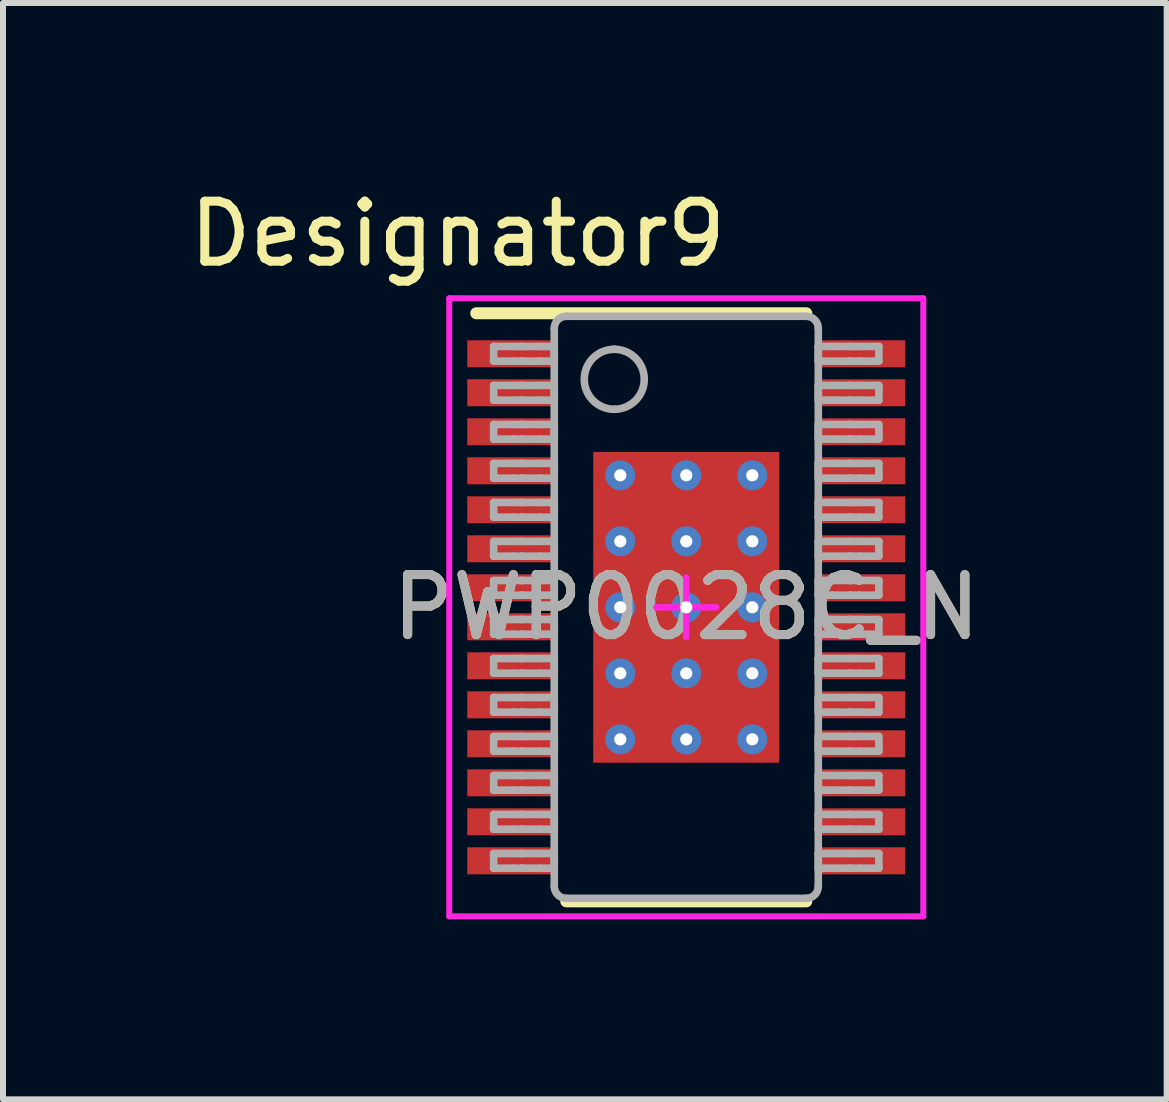
<source format=kicad_pcb>
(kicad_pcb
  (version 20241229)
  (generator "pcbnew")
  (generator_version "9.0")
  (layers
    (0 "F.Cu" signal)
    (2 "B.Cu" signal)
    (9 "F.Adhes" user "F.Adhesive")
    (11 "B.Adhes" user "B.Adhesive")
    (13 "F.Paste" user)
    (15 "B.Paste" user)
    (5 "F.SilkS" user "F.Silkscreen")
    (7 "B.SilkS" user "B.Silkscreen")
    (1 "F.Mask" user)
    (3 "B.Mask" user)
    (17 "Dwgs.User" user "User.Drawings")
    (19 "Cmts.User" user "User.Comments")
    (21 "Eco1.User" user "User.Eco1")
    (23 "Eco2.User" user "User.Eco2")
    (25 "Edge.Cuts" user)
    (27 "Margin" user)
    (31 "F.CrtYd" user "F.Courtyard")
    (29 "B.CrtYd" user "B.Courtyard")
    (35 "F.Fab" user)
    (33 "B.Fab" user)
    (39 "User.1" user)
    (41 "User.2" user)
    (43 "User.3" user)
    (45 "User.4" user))
  (footprint "PWP0028C_N"
    (layer "F.Cu")
    (at 8.387 7.071)
    (property "Reference" "PWP0028C_N" (at 0 0 0) (unlocked yes) (layer "F.SilkS") (effects (font (size 1 1) (thickness 0.15))))
    (attr smd)
    (fp_line (start -3.5 -4.9) (end 2 -4.9) (stroke (width 0.2) (type solid)) (layer "F.SilkS"))
    (fp_line (start -2 4.9) (end 2 4.9) (stroke (width 0.2) (type solid)) (layer "F.SilkS"))
    (fp_line (start -3.95 -5.15) (end 3.95 -5.15) (stroke (width 0.1) (type solid)) (layer "F.CrtYd"))
    (fp_line (start -3.95 5.15) (end -3.95 -5.15) (stroke (width 0.1) (type solid)) (layer "F.CrtYd"))
    (fp_line (start -3.95 5.15) (end 3.95 5.15) (stroke (width 0.1) (type solid)) (layer "F.CrtYd"))
    (fp_line (start -0.5 0) (end 0.5 0) (stroke (width 0.1) (type solid)) (layer "F.CrtYd"))
    (fp_line (start -0.5 0) (end 0.5 0) (stroke (width 0.1) (type solid)) (layer "F.CrtYd"))
    (fp_line (start 0 0.5) (end 0 -0.5) (stroke (width 0.1) (type solid)) (layer "F.CrtYd"))
    (fp_line (start 0 0.5) (end 0 -0.5) (stroke (width 0.1) (type solid)) (layer "F.CrtYd"))
    (fp_line (start 3.95 5.15) (end 3.95 -5.15) (stroke (width 0.1) (type solid)) (layer "F.CrtYd"))
    (fp_line (start -3.21 -4.347) (end -2.887 -4.347) (stroke (width 0.127) (type solid)) (layer "F.Fab"))
    (fp_line (start -3.21 -4.103) (end -3.21 -4.347) (stroke (width 0.127) (type solid)) (layer "F.Fab"))
    (fp_line (start -3.21 -4.103) (end -2.887 -4.103) (stroke (width 0.127) (type solid)) (layer "F.Fab"))
    (fp_line (start -3.21 -3.698) (end -2.887 -3.698) (stroke (width 0.127) (type solid)) (layer "F.Fab"))
    (fp_line (start -3.21 -3.452) (end -3.21 -3.698) (stroke (width 0.127) (type solid)) (layer "F.Fab"))
    (fp_line (start -3.21 -3.452) (end -2.887 -3.452) (stroke (width 0.127) (type solid)) (layer "F.Fab"))
    (fp_line (start -3.21 -3.047) (end -2.887 -3.047) (stroke (width 0.127) (type solid)) (layer "F.Fab"))
    (fp_line (start -3.21 -2.803) (end -3.21 -3.047) (stroke (width 0.127) (type solid)) (layer "F.Fab"))
    (fp_line (start -3.21 -2.803) (end -2.887 -2.803) (stroke (width 0.127) (type solid)) (layer "F.Fab"))
    (fp_line (start -3.21 -2.398) (end -2.887 -2.398) (stroke (width 0.127) (type solid)) (layer "F.Fab"))
    (fp_line (start -3.21 -2.152) (end -3.21 -2.398) (stroke (width 0.127) (type solid)) (layer "F.Fab"))
    (fp_line (start -3.21 -2.152) (end -2.887 -2.152) (stroke (width 0.127) (type solid)) (layer "F.Fab"))
    (fp_line (start -3.21 -1.747) (end -2.887 -1.747) (stroke (width 0.127) (type solid)) (layer "F.Fab"))
    (fp_line (start -3.21 -1.502) (end -3.21 -1.747) (stroke (width 0.127) (type solid)) (layer "F.Fab"))
    (fp_line (start -3.21 -1.502) (end -2.887 -1.502) (stroke (width 0.127) (type solid)) (layer "F.Fab"))
    (fp_line (start -3.21 -1.098) (end -2.887 -1.098) (stroke (width 0.127) (type solid)) (layer "F.Fab"))
    (fp_line (start -3.21 -0.852) (end -3.21 -1.098) (stroke (width 0.127) (type solid)) (layer "F.Fab"))
    (fp_line (start -3.21 -0.852) (end -2.887 -0.852) (stroke (width 0.127) (type solid)) (layer "F.Fab"))
    (fp_line (start -3.21 -0.447) (end -2.887 -0.447) (stroke (width 0.127) (type solid)) (layer "F.Fab"))
    (fp_line (start -3.21 -0.202) (end -3.21 -0.447) (stroke (width 0.127) (type solid)) (layer "F.Fab"))
    (fp_line (start -3.21 -0.202) (end -2.887 -0.202) (stroke (width 0.127) (type solid)) (layer "F.Fab"))
    (fp_line (start -3.21 0.203) (end -2.887 0.203) (stroke (width 0.127) (type solid)) (layer "F.Fab"))
    (fp_line (start -3.21 0.448) (end -3.21 0.203) (stroke (width 0.127) (type solid)) (layer "F.Fab"))
    (fp_line (start -3.21 0.448) (end -2.887 0.448) (stroke (width 0.127) (type solid)) (layer "F.Fab"))
    (fp_line (start -3.21 0.853) (end -2.887 0.853) (stroke (width 0.127) (type solid)) (layer "F.Fab"))
    (fp_line (start -3.21 1.098) (end -3.21 0.853) (stroke (width 0.127) (type solid)) (layer "F.Fab"))
    (fp_line (start -3.21 1.098) (end -2.887 1.098) (stroke (width 0.127) (type solid)) (layer "F.Fab"))
    (fp_line (start -3.21 1.503) (end -2.887 1.503) (stroke (width 0.127) (type solid)) (layer "F.Fab"))
    (fp_line (start -3.21 1.747) (end -3.21 1.503) (stroke (width 0.127) (type solid)) (layer "F.Fab"))
    (fp_line (start -3.21 1.747) (end -2.887 1.747) (stroke (width 0.127) (type solid)) (layer "F.Fab"))
    (fp_line (start -3.21 2.152) (end -2.887 2.152) (stroke (width 0.127) (type solid)) (layer "F.Fab"))
    (fp_line (start -3.21 2.398) (end -3.21 2.152) (stroke (width 0.127) (type solid)) (layer "F.Fab"))
    (fp_line (start -3.21 2.398) (end -2.887 2.398) (stroke (width 0.127) (type solid)) (layer "F.Fab"))
    (fp_line (start -3.21 2.803) (end -2.887 2.803) (stroke (width 0.127) (type solid)) (layer "F.Fab"))
    (fp_line (start -3.21 3.047) (end -3.21 2.803) (stroke (width 0.127) (type solid)) (layer "F.Fab"))
    (fp_line (start -3.21 3.047) (end -2.887 3.047) (stroke (width 0.127) (type solid)) (layer "F.Fab"))
    (fp_line (start -3.21 3.452) (end -2.887 3.452) (stroke (width 0.127) (type solid)) (layer "F.Fab"))
    (fp_line (start -3.21 3.698) (end -3.21 3.452) (stroke (width 0.127) (type solid)) (layer "F.Fab"))
    (fp_line (start -3.21 3.698) (end -2.887 3.698) (stroke (width 0.127) (type solid)) (layer "F.Fab"))
    (fp_line (start -3.21 4.103) (end -2.887 4.103) (stroke (width 0.127) (type solid)) (layer "F.Fab"))
    (fp_line (start -3.21 4.348) (end -3.21 4.103) (stroke (width 0.127) (type solid)) (layer "F.Fab"))
    (fp_line (start -3.21 4.348) (end -2.887 4.348) (stroke (width 0.127) (type solid)) (layer "F.Fab"))
    (fp_line (start -2.887 -4.347) (end -2.739 -4.347) (stroke (width 0.127) (type solid)) (layer "F.Fab"))
    (fp_line (start -2.887 -4.103) (end -2.739 -4.103) (stroke (width 0.127) (type solid)) (layer "F.Fab"))
    (fp_line (start -2.887 -3.698) (end -2.739 -3.698) (stroke (width 0.127) (type solid)) (layer "F.Fab"))
    (fp_line (start -2.887 -3.452) (end -2.739 -3.452) (stroke (width 0.127) (type solid)) (layer "F.Fab"))
    (fp_line (start -2.887 -3.047) (end -2.739 -3.047) (stroke (width 0.127) (type solid)) (layer "F.Fab"))
    (fp_line (start -2.887 -2.803) (end -2.739 -2.803) (stroke (width 0.127) (type solid)) (layer "F.Fab"))
    (fp_line (start -2.887 -2.398) (end -2.739 -2.398) (stroke (width 0.127) (type solid)) (layer "F.Fab"))
    (fp_line (start -2.887 -2.152) (end -2.739 -2.152) (stroke (width 0.127) (type solid)) (layer "F.Fab"))
    (fp_line (start -2.887 -1.747) (end -2.739 -1.747) (stroke (width 0.127) (type solid)) (layer "F.Fab"))
    (fp_line (start -2.887 -1.502) (end -2.739 -1.502) (stroke (width 0.127) (type solid)) (layer "F.Fab"))
    (fp_line (start -2.887 -1.098) (end -2.739 -1.098) (stroke (width 0.127) (type solid)) (layer "F.Fab"))
    (fp_line (start -2.887 -0.852) (end -2.739 -0.852) (stroke (width 0.127) (type solid)) (layer "F.Fab"))
    (fp_line (start -2.887 -0.447) (end -2.739 -0.447) (stroke (width 0.127) (type solid)) (layer "F.Fab"))
    (fp_line (start -2.887 -0.202) (end -2.739 -0.202) (stroke (width 0.127) (type solid)) (layer "F.Fab"))
    (fp_line (start -2.887 0.203) (end -2.739 0.203) (stroke (width 0.127) (type solid)) (layer "F.Fab"))
    (fp_line (start -2.887 0.448) (end -2.739 0.448) (stroke (width 0.127) (type solid)) (layer "F.Fab"))
    (fp_line (start -2.887 0.853) (end -2.739 0.853) (stroke (width 0.127) (type solid)) (layer "F.Fab"))
    (fp_line (start -2.887 1.098) (end -2.739 1.098) (stroke (width 0.127) (type solid)) (layer "F.Fab"))
    (fp_line (start -2.887 1.503) (end -2.739 1.503) (stroke (width 0.127) (type solid)) (layer "F.Fab"))
    (fp_line (start -2.887 1.747) (end -2.739 1.747) (stroke (width 0.127) (type solid)) (layer "F.Fab"))
    (fp_line (start -2.887 2.152) (end -2.739 2.152) (stroke (width 0.127) (type solid)) (layer "F.Fab"))
    (fp_line (start -2.887 2.398) (end -2.739 2.398) (stroke (width 0.127) (type solid)) (layer "F.Fab"))
    (fp_line (start -2.887 2.803) (end -2.739 2.803) (stroke (width 0.127) (type solid)) (layer "F.Fab"))
    (fp_line (start -2.887 3.047) (end -2.739 3.047) (stroke (width 0.127) (type solid)) (layer "F.Fab"))
    (fp_line (start -2.887 3.452) (end -2.739 3.452) (stroke (width 0.127) (type solid)) (layer "F.Fab"))
    (fp_line (start -2.887 3.698) (end -2.739 3.698) (stroke (width 0.127) (type solid)) (layer "F.Fab"))
    (fp_line (start -2.887 4.103) (end -2.739 4.103) (stroke (width 0.127) (type solid)) (layer "F.Fab"))
    (fp_line (start -2.887 4.348) (end -2.739 4.348) (stroke (width 0.127) (type solid)) (layer "F.Fab"))
    (fp_line (start -2.739 -4.347) (end -2.733 -4.347) (stroke (width 0.127) (type solid)) (layer "F.Fab"))
    (fp_line (start -2.739 -4.103) (end -2.733 -4.103) (stroke (width 0.127) (type solid)) (layer "F.Fab"))
    (fp_line (start -2.739 -3.698) (end -2.733 -3.698) (stroke (width 0.127) (type solid)) (layer "F.Fab"))
    (fp_line (start -2.739 -3.452) (end -2.733 -3.452) (stroke (width 0.127) (type solid)) (layer "F.Fab"))
    (fp_line (start -2.739 -3.047) (end -2.733 -3.047) (stroke (width 0.127) (type solid)) (layer "F.Fab"))
    (fp_line (start -2.739 -2.803) (end -2.733 -2.803) (stroke (width 0.127) (type solid)) (layer "F.Fab"))
    (fp_line (start -2.739 -2.398) (end -2.733 -2.398) (stroke (width 0.127) (type solid)) (layer "F.Fab"))
    (fp_line (start -2.739 -2.152) (end -2.733 -2.152) (stroke (width 0.127) (type solid)) (layer "F.Fab"))
    (fp_line (start -2.739 -1.747) (end -2.733 -1.747) (stroke (width 0.127) (type solid)) (layer "F.Fab"))
    (fp_line (start -2.739 -1.502) (end -2.733 -1.502) (stroke (width 0.127) (type solid)) (layer "F.Fab"))
    (fp_line (start -2.739 -1.098) (end -2.733 -1.098) (stroke (width 0.127) (type solid)) (layer "F.Fab"))
    (fp_line (start -2.739 -0.852) (end -2.733 -0.852) (stroke (width 0.127) (type solid)) (layer "F.Fab"))
    (fp_line (start -2.739 -0.447) (end -2.733 -0.447) (stroke (width 0.127) (type solid)) (layer "F.Fab"))
    (fp_line (start -2.739 -0.202) (end -2.733 -0.202) (stroke (width 0.127) (type solid)) (layer "F.Fab"))
    (fp_line (start -2.739 0.203) (end -2.733 0.203) (stroke (width 0.127) (type solid)) (layer "F.Fab"))
    (fp_line (start -2.739 0.448) (end -2.733 0.448) (stroke (width 0.127) (type solid)) (layer "F.Fab"))
    (fp_line (start -2.739 0.853) (end -2.733 0.853) (stroke (width 0.127) (type solid)) (layer "F.Fab"))
    (fp_line (start -2.739 1.098) (end -2.733 1.098) (stroke (width 0.127) (type solid)) (layer "F.Fab"))
    (fp_line (start -2.739 1.503) (end -2.733 1.503) (stroke (width 0.127) (type solid)) (layer "F.Fab"))
    (fp_line (start -2.739 1.747) (end -2.733 1.747) (stroke (width 0.127) (type solid)) (layer "F.Fab"))
    (fp_line (start -2.739 2.152) (end -2.733 2.152) (stroke (width 0.127) (type solid)) (layer "F.Fab"))
    (fp_line (start -2.739 2.398) (end -2.733 2.398) (stroke (width 0.127) (type solid)) (layer "F.Fab"))
    (fp_line (start -2.739 2.803) (end -2.733 2.803) (stroke (width 0.127) (type solid)) (layer "F.Fab"))
    (fp_line (start -2.739 3.047) (end -2.733 3.047) (stroke (width 0.127) (type solid)) (layer "F.Fab"))
    (fp_line (start -2.739 3.452) (end -2.733 3.452) (stroke (width 0.127) (type solid)) (layer "F.Fab"))
    (fp_line (start -2.739 3.698) (end -2.733 3.698) (stroke (width 0.127) (type solid)) (layer "F.Fab"))
    (fp_line (start -2.739 4.103) (end -2.733 4.103) (stroke (width 0.127) (type solid)) (layer "F.Fab"))
    (fp_line (start -2.739 4.348) (end -2.733 4.348) (stroke (width 0.127) (type solid)) (layer "F.Fab"))
    (fp_line (start -2.733 -4.347) (end -2.431 -4.347) (stroke (width 0.127) (type solid)) (layer "F.Fab"))
    (fp_line (start -2.733 -4.103) (end -2.431 -4.103) (stroke (width 0.127) (type solid)) (layer "F.Fab"))
    (fp_line (start -2.733 -3.698) (end -2.431 -3.698) (stroke (width 0.127) (type solid)) (layer "F.Fab"))
    (fp_line (start -2.733 -3.452) (end -2.431 -3.452) (stroke (width 0.127) (type solid)) (layer "F.Fab"))
    (fp_line (start -2.733 -3.047) (end -2.431 -3.047) (stroke (width 0.127) (type solid)) (layer "F.Fab"))
    (fp_line (start -2.733 -2.803) (end -2.431 -2.803) (stroke (width 0.127) (type solid)) (layer "F.Fab"))
    (fp_line (start -2.733 -2.398) (end -2.431 -2.398) (stroke (width 0.127) (type solid)) (layer "F.Fab"))
    (fp_line (start -2.733 -2.152) (end -2.431 -2.152) (stroke (width 0.127) (type solid)) (layer "F.Fab"))
    (fp_line (start -2.733 -1.747) (end -2.431 -1.747) (stroke (width 0.127) (type solid)) (layer "F.Fab"))
    (fp_line (start -2.733 -1.502) (end -2.431 -1.502) (stroke (width 0.127) (type solid)) (layer "F.Fab"))
    (fp_line (start -2.733 -1.098) (end -2.431 -1.098) (stroke (width 0.127) (type solid)) (layer "F.Fab"))
    (fp_line (start -2.733 -0.852) (end -2.431 -0.852) (stroke (width 0.127) (type solid)) (layer "F.Fab"))
    (fp_line (start -2.733 -0.447) (end -2.431 -0.447) (stroke (width 0.127) (type solid)) (layer "F.Fab"))
    (fp_line (start -2.733 -0.202) (end -2.431 -0.202) (stroke (width 0.127) (type solid)) (layer "F.Fab"))
    (fp_line (start -2.733 0.203) (end -2.431 0.203) (stroke (width 0.127) (type solid)) (layer "F.Fab"))
    (fp_line (start -2.733 0.448) (end -2.431 0.448) (stroke (width 0.127) (type solid)) (layer "F.Fab"))
    (fp_line (start -2.733 0.853) (end -2.431 0.853) (stroke (width 0.127) (type solid)) (layer "F.Fab"))
    (fp_line (start -2.733 1.098) (end -2.431 1.098) (stroke (width 0.127) (type solid)) (layer "F.Fab"))
    (fp_line (start -2.733 1.503) (end -2.431 1.503) (stroke (width 0.127) (type solid)) (layer "F.Fab"))
    (fp_line (start -2.733 1.747) (end -2.431 1.747) (stroke (width 0.127) (type solid)) (layer "F.Fab"))
    (fp_line (start -2.733 2.152) (end -2.431 2.152) (stroke (width 0.127) (type solid)) (layer "F.Fab"))
    (fp_line (start -2.733 2.398) (end -2.431 2.398) (stroke (width 0.127) (type solid)) (layer "F.Fab"))
    (fp_line (start -2.733 2.803) (end -2.431 2.803) (stroke (width 0.127) (type solid)) (layer "F.Fab"))
    (fp_line (start -2.733 3.047) (end -2.431 3.047) (stroke (width 0.127) (type solid)) (layer "F.Fab"))
    (fp_line (start -2.733 3.452) (end -2.431 3.452) (stroke (width 0.127) (type solid)) (layer "F.Fab"))
    (fp_line (start -2.733 3.698) (end -2.431 3.698) (stroke (width 0.127) (type solid)) (layer "F.Fab"))
    (fp_line (start -2.733 4.103) (end -2.431 4.103) (stroke (width 0.127) (type solid)) (layer "F.Fab"))
    (fp_line (start -2.733 4.348) (end -2.431 4.348) (stroke (width 0.127) (type solid)) (layer "F.Fab"))
    (fp_line (start -2.431 -4.347) (end -2.2 -4.347) (stroke (width 0.127) (type solid)) (layer "F.Fab"))
    (fp_line (start -2.431 -4.103) (end -2.2 -4.103) (stroke (width 0.127) (type solid)) (layer "F.Fab"))
    (fp_line (start -2.431 -3.698) (end -2.2 -3.698) (stroke (width 0.127) (type solid)) (layer "F.Fab"))
    (fp_line (start -2.431 -3.452) (end -2.2 -3.452) (stroke (width 0.127) (type solid)) (layer "F.Fab"))
    (fp_line (start -2.431 -3.047) (end -2.2 -3.047) (stroke (width 0.127) (type solid)) (layer "F.Fab"))
    (fp_line (start -2.431 -2.803) (end -2.2 -2.803) (stroke (width 0.127) (type solid)) (layer "F.Fab"))
    (fp_line (start -2.431 -2.398) (end -2.2 -2.398) (stroke (width 0.127) (type solid)) (layer "F.Fab"))
    (fp_line (start -2.431 -2.152) (end -2.2 -2.152) (stroke (width 0.127) (type solid)) (layer "F.Fab"))
    (fp_line (start -2.431 -1.747) (end -2.2 -1.747) (stroke (width 0.127) (type solid)) (layer "F.Fab"))
    (fp_line (start -2.431 -1.502) (end -2.2 -1.502) (stroke (width 0.127) (type solid)) (layer "F.Fab"))
    (fp_line (start -2.431 -1.098) (end -2.2 -1.098) (stroke (width 0.127) (type solid)) (layer "F.Fab"))
    (fp_line (start -2.431 -0.852) (end -2.2 -0.852) (stroke (width 0.127) (type solid)) (layer "F.Fab"))
    (fp_line (start -2.431 -0.447) (end -2.2 -0.447) (stroke (width 0.127) (type solid)) (layer "F.Fab"))
    (fp_line (start -2.431 -0.202) (end -2.2 -0.202) (stroke (width 0.127) (type solid)) (layer "F.Fab"))
    (fp_line (start -2.431 0.203) (end -2.2 0.203) (stroke (width 0.127) (type solid)) (layer "F.Fab"))
    (fp_line (start -2.431 0.448) (end -2.2 0.448) (stroke (width 0.127) (type solid)) (layer "F.Fab"))
    (fp_line (start -2.431 0.853) (end -2.2 0.853) (stroke (width 0.127) (type solid)) (layer "F.Fab"))
    (fp_line (start -2.431 1.098) (end -2.2 1.098) (stroke (width 0.127) (type solid)) (layer "F.Fab"))
    (fp_line (start -2.431 1.503) (end -2.2 1.503) (stroke (width 0.127) (type solid)) (layer "F.Fab"))
    (fp_line (start -2.431 1.747) (end -2.2 1.747) (stroke (width 0.127) (type solid)) (layer "F.Fab"))
    (fp_line (start -2.431 2.152) (end -2.2 2.152) (stroke (width 0.127) (type solid)) (layer "F.Fab"))
    (fp_line (start -2.431 2.398) (end -2.2 2.398) (stroke (width 0.127) (type solid)) (layer "F.Fab"))
    (fp_line (start -2.431 2.803) (end -2.2 2.803) (stroke (width 0.127) (type solid)) (layer "F.Fab"))
    (fp_line (start -2.431 3.047) (end -2.2 3.047) (stroke (width 0.127) (type solid)) (layer "F.Fab"))
    (fp_line (start -2.431 3.452) (end -2.2 3.452) (stroke (width 0.127) (type solid)) (layer "F.Fab"))
    (fp_line (start -2.431 3.698) (end -2.2 3.698) (stroke (width 0.127) (type solid)) (layer "F.Fab"))
    (fp_line (start -2.431 4.103) (end -2.2 4.103) (stroke (width 0.127) (type solid)) (layer "F.Fab"))
    (fp_line (start -2.431 4.348) (end -2.2 4.348) (stroke (width 0.127) (type solid)) (layer "F.Fab"))
    (fp_line (start -2.2 -4.103) (end -2.2 -4.347) (stroke (width 0.127) (type solid)) (layer "F.Fab"))
    (fp_line (start -2.2 -3.452) (end -2.2 -3.698) (stroke (width 0.127) (type solid)) (layer "F.Fab"))
    (fp_line (start -2.2 -2.803) (end -2.2 -3.047) (stroke (width 0.127) (type solid)) (layer "F.Fab"))
    (fp_line (start -2.2 -2.152) (end -2.2 -2.398) (stroke (width 0.127) (type solid)) (layer "F.Fab"))
    (fp_line (start -2.2 -1.502) (end -2.2 -1.747) (stroke (width 0.127) (type solid)) (layer "F.Fab"))
    (fp_line (start -2.2 -0.852) (end -2.2 -1.098) (stroke (width 0.127) (type solid)) (layer "F.Fab"))
    (fp_line (start -2.2 -0.202) (end -2.2 -0.447) (stroke (width 0.127) (type solid)) (layer "F.Fab"))
    (fp_line (start -2.2 0.448) (end -2.2 0.203) (stroke (width 0.127) (type solid)) (layer "F.Fab"))
    (fp_line (start -2.2 1.098) (end -2.2 0.853) (stroke (width 0.127) (type solid)) (layer "F.Fab"))
    (fp_line (start -2.2 1.747) (end -2.2 1.503) (stroke (width 0.127) (type solid)) (layer "F.Fab"))
    (fp_line (start -2.2 2.398) (end -2.2 2.152) (stroke (width 0.127) (type solid)) (layer "F.Fab"))
    (fp_line (start -2.2 3.047) (end -2.2 2.803) (stroke (width 0.127) (type solid)) (layer "F.Fab"))
    (fp_line (start -2.2 3.698) (end -2.2 3.452) (stroke (width 0.127) (type solid)) (layer "F.Fab"))
    (fp_line (start -2.2 4.348) (end -2.2 4.103) (stroke (width 0.127) (type solid)) (layer "F.Fab"))
    (fp_line (start -2.2 4.65) (end -2.2 -4.65) (stroke (width 0.127) (type solid)) (layer "F.Fab"))
    (fp_line (start -2 -4.85) (end 2 -4.85) (stroke (width 0.127) (type solid)) (layer "F.Fab"))
    (fp_line (start -2 4.85) (end 2 4.85) (stroke (width 0.127) (type solid)) (layer "F.Fab"))
    (fp_line (start 2.2 -4.347) (end 2.43 -4.347) (stroke (width 0.127) (type solid)) (layer "F.Fab"))
    (fp_line (start 2.2 -4.103) (end 2.2 -4.347) (stroke (width 0.127) (type solid)) (layer "F.Fab"))
    (fp_line (start 2.2 -4.103) (end 2.43 -4.103) (stroke (width 0.127) (type solid)) (layer "F.Fab"))
    (fp_line (start 2.2 -3.698) (end 2.43 -3.698) (stroke (width 0.127) (type solid)) (layer "F.Fab"))
    (fp_line (start 2.2 -3.452) (end 2.2 -3.698) (stroke (width 0.127) (type solid)) (layer "F.Fab"))
    (fp_line (start 2.2 -3.452) (end 2.43 -3.452) (stroke (width 0.127) (type solid)) (layer "F.Fab"))
    (fp_line (start 2.2 -3.047) (end 2.43 -3.047) (stroke (width 0.127) (type solid)) (layer "F.Fab"))
    (fp_line (start 2.2 -2.803) (end 2.2 -3.047) (stroke (width 0.127) (type solid)) (layer "F.Fab"))
    (fp_line (start 2.2 -2.803) (end 2.43 -2.803) (stroke (width 0.127) (type solid)) (layer "F.Fab"))
    (fp_line (start 2.2 -2.398) (end 2.43 -2.398) (stroke (width 0.127) (type solid)) (layer "F.Fab"))
    (fp_line (start 2.2 -2.152) (end 2.2 -2.398) (stroke (width 0.127) (type solid)) (layer "F.Fab"))
    (fp_line (start 2.2 -2.152) (end 2.43 -2.152) (stroke (width 0.127) (type solid)) (layer "F.Fab"))
    (fp_line (start 2.2 -1.747) (end 2.43 -1.747) (stroke (width 0.127) (type solid)) (layer "F.Fab"))
    (fp_line (start 2.2 -1.502) (end 2.2 -1.747) (stroke (width 0.127) (type solid)) (layer "F.Fab"))
    (fp_line (start 2.2 -1.502) (end 2.43 -1.502) (stroke (width 0.127) (type solid)) (layer "F.Fab"))
    (fp_line (start 2.2 -1.098) (end 2.43 -1.098) (stroke (width 0.127) (type solid)) (layer "F.Fab"))
    (fp_line (start 2.2 -0.852) (end 2.2 -1.098) (stroke (width 0.127) (type solid)) (layer "F.Fab"))
    (fp_line (start 2.2 -0.852) (end 2.43 -0.852) (stroke (width 0.127) (type solid)) (layer "F.Fab"))
    (fp_line (start 2.2 -0.447) (end 2.43 -0.447) (stroke (width 0.127) (type solid)) (layer "F.Fab"))
    (fp_line (start 2.2 -0.202) (end 2.2 -0.447) (stroke (width 0.127) (type solid)) (layer "F.Fab"))
    (fp_line (start 2.2 -0.202) (end 2.43 -0.202) (stroke (width 0.127) (type solid)) (layer "F.Fab"))
    (fp_line (start 2.2 0.203) (end 2.43 0.203) (stroke (width 0.127) (type solid)) (layer "F.Fab"))
    (fp_line (start 2.2 0.448) (end 2.2 0.203) (stroke (width 0.127) (type solid)) (layer "F.Fab"))
    (fp_line (start 2.2 0.448) (end 2.43 0.448) (stroke (width 0.127) (type solid)) (layer "F.Fab"))
    (fp_line (start 2.2 0.853) (end 2.43 0.853) (stroke (width 0.127) (type solid)) (layer "F.Fab"))
    (fp_line (start 2.2 1.098) (end 2.2 0.853) (stroke (width 0.127) (type solid)) (layer "F.Fab"))
    (fp_line (start 2.2 1.098) (end 2.43 1.098) (stroke (width 0.127) (type solid)) (layer "F.Fab"))
    (fp_line (start 2.2 1.503) (end 2.43 1.503) (stroke (width 0.127) (type solid)) (layer "F.Fab"))
    (fp_line (start 2.2 1.747) (end 2.2 1.503) (stroke (width 0.127) (type solid)) (layer "F.Fab"))
    (fp_line (start 2.2 1.747) (end 2.43 1.747) (stroke (width 0.127) (type solid)) (layer "F.Fab"))
    (fp_line (start 2.2 2.152) (end 2.43 2.152) (stroke (width 0.127) (type solid)) (layer "F.Fab"))
    (fp_line (start 2.2 2.398) (end 2.2 2.152) (stroke (width 0.127) (type solid)) (layer "F.Fab"))
    (fp_line (start 2.2 2.398) (end 2.43 2.398) (stroke (width 0.127) (type solid)) (layer "F.Fab"))
    (fp_line (start 2.2 2.803) (end 2.43 2.803) (stroke (width 0.127) (type solid)) (layer "F.Fab"))
    (fp_line (start 2.2 3.047) (end 2.2 2.803) (stroke (width 0.127) (type solid)) (layer "F.Fab"))
    (fp_line (start 2.2 3.047) (end 2.43 3.047) (stroke (width 0.127) (type solid)) (layer "F.Fab"))
    (fp_line (start 2.2 3.452) (end 2.43 3.452) (stroke (width 0.127) (type solid)) (layer "F.Fab"))
    (fp_line (start 2.2 3.698) (end 2.2 3.452) (stroke (width 0.127) (type solid)) (layer "F.Fab"))
    (fp_line (start 2.2 3.698) (end 2.43 3.698) (stroke (width 0.127) (type solid)) (layer "F.Fab"))
    (fp_line (start 2.2 4.103) (end 2.43 4.103) (stroke (width 0.127) (type solid)) (layer "F.Fab"))
    (fp_line (start 2.2 4.348) (end 2.2 4.103) (stroke (width 0.127) (type solid)) (layer "F.Fab"))
    (fp_line (start 2.2 4.348) (end 2.43 4.348) (stroke (width 0.127) (type solid)) (layer "F.Fab"))
    (fp_line (start 2.2 4.65) (end 2.2 -4.65) (stroke (width 0.127) (type solid)) (layer "F.Fab"))
    (fp_line (start 2.43 -4.347) (end 2.733 -4.347) (stroke (width 0.127) (type solid)) (layer "F.Fab"))
    (fp_line (start 2.43 -4.103) (end 2.733 -4.103) (stroke (width 0.127) (type solid)) (layer "F.Fab"))
    (fp_line (start 2.43 -3.698) (end 2.733 -3.698) (stroke (width 0.127) (type solid)) (layer "F.Fab"))
    (fp_line (start 2.43 -3.452) (end 2.733 -3.452) (stroke (width 0.127) (type solid)) (layer "F.Fab"))
    (fp_line (start 2.43 -3.047) (end 2.733 -3.047) (stroke (width 0.127) (type solid)) (layer "F.Fab"))
    (fp_line (start 2.43 -2.803) (end 2.733 -2.803) (stroke (width 0.127) (type solid)) (layer "F.Fab"))
    (fp_line (start 2.43 -2.398) (end 2.733 -2.398) (stroke (width 0.127) (type solid)) (layer "F.Fab"))
    (fp_line (start 2.43 -2.152) (end 2.733 -2.152) (stroke (width 0.127) (type solid)) (layer "F.Fab"))
    (fp_line (start 2.43 -1.747) (end 2.733 -1.747) (stroke (width 0.127) (type solid)) (layer "F.Fab"))
    (fp_line (start 2.43 -1.502) (end 2.733 -1.502) (stroke (width 0.127) (type solid)) (layer "F.Fab"))
    (fp_line (start 2.43 -1.098) (end 2.733 -1.098) (stroke (width 0.127) (type solid)) (layer "F.Fab"))
    (fp_line (start 2.43 -0.852) (end 2.733 -0.852) (stroke (width 0.127) (type solid)) (layer "F.Fab"))
    (fp_line (start 2.43 -0.447) (end 2.733 -0.447) (stroke (width 0.127) (type solid)) (layer "F.Fab"))
    (fp_line (start 2.43 -0.202) (end 2.733 -0.202) (stroke (width 0.127) (type solid)) (layer "F.Fab"))
    (fp_line (start 2.43 0.203) (end 2.733 0.203) (stroke (width 0.127) (type solid)) (layer "F.Fab"))
    (fp_line (start 2.43 0.448) (end 2.733 0.448) (stroke (width 0.127) (type solid)) (layer "F.Fab"))
    (fp_line (start 2.43 0.853) (end 2.733 0.853) (stroke (width 0.127) (type solid)) (layer "F.Fab"))
    (fp_line (start 2.43 1.098) (end 2.733 1.098) (stroke (width 0.127) (type solid)) (layer "F.Fab"))
    (fp_line (start 2.43 1.503) (end 2.733 1.503) (stroke (width 0.127) (type solid)) (layer "F.Fab"))
    (fp_line (start 2.43 1.747) (end 2.733 1.747) (stroke (width 0.127) (type solid)) (layer "F.Fab"))
    (fp_line (start 2.43 2.152) (end 2.733 2.152) (stroke (width 0.127) (type solid)) (layer "F.Fab"))
    (fp_line (start 2.43 2.398) (end 2.733 2.398) (stroke (width 0.127) (type solid)) (layer "F.Fab"))
    (fp_line (start 2.43 2.803) (end 2.733 2.803) (stroke (width 0.127) (type solid)) (layer "F.Fab"))
    (fp_line (start 2.43 3.047) (end 2.733 3.047) (stroke (width 0.127) (type solid)) (layer "F.Fab"))
    (fp_line (start 2.43 3.452) (end 2.733 3.452) (stroke (width 0.127) (type solid)) (layer "F.Fab"))
    (fp_line (start 2.43 3.698) (end 2.733 3.698) (stroke (width 0.127) (type solid)) (layer "F.Fab"))
    (fp_line (start 2.43 4.103) (end 2.733 4.103) (stroke (width 0.127) (type solid)) (layer "F.Fab"))
    (fp_line (start 2.43 4.348) (end 2.733 4.348) (stroke (width 0.127) (type solid)) (layer "F.Fab"))
    (fp_line (start 2.733 -4.347) (end 2.739 -4.347) (stroke (width 0.127) (type solid)) (layer "F.Fab"))
    (fp_line (start 2.733 -4.103) (end 2.739 -4.103) (stroke (width 0.127) (type solid)) (layer "F.Fab"))
    (fp_line (start 2.733 -3.698) (end 2.739 -3.698) (stroke (width 0.127) (type solid)) (layer "F.Fab"))
    (fp_line (start 2.733 -3.452) (end 2.739 -3.452) (stroke (width 0.127) (type solid)) (layer "F.Fab"))
    (fp_line (start 2.733 -3.047) (end 2.739 -3.047) (stroke (width 0.127) (type solid)) (layer "F.Fab"))
    (fp_line (start 2.733 -2.803) (end 2.739 -2.803) (stroke (width 0.127) (type solid)) (layer "F.Fab"))
    (fp_line (start 2.733 -2.398) (end 2.739 -2.398) (stroke (width 0.127) (type solid)) (layer "F.Fab"))
    (fp_line (start 2.733 -2.152) (end 2.739 -2.152) (stroke (width 0.127) (type solid)) (layer "F.Fab"))
    (fp_line (start 2.733 -1.747) (end 2.739 -1.747) (stroke (width 0.127) (type solid)) (layer "F.Fab"))
    (fp_line (start 2.733 -1.502) (end 2.739 -1.502) (stroke (width 0.127) (type solid)) (layer "F.Fab"))
    (fp_line (start 2.733 -1.098) (end 2.739 -1.098) (stroke (width 0.127) (type solid)) (layer "F.Fab"))
    (fp_line (start 2.733 -0.852) (end 2.739 -0.852) (stroke (width 0.127) (type solid)) (layer "F.Fab"))
    (fp_line (start 2.733 -0.447) (end 2.739 -0.447) (stroke (width 0.127) (type solid)) (layer "F.Fab"))
    (fp_line (start 2.733 -0.202) (end 2.739 -0.202) (stroke (width 0.127) (type solid)) (layer "F.Fab"))
    (fp_line (start 2.733 0.203) (end 2.739 0.203) (stroke (width 0.127) (type solid)) (layer "F.Fab"))
    (fp_line (start 2.733 0.448) (end 2.739 0.448) (stroke (width 0.127) (type solid)) (layer "F.Fab"))
    (fp_line (start 2.733 0.853) (end 2.739 0.853) (stroke (width 0.127) (type solid)) (layer "F.Fab"))
    (fp_line (start 2.733 1.098) (end 2.739 1.098) (stroke (width 0.127) (type solid)) (layer "F.Fab"))
    (fp_line (start 2.733 1.503) (end 2.739 1.503) (stroke (width 0.127) (type solid)) (layer "F.Fab"))
    (fp_line (start 2.733 1.747) (end 2.739 1.747) (stroke (width 0.127) (type solid)) (layer "F.Fab"))
    (fp_line (start 2.733 2.152) (end 2.739 2.152) (stroke (width 0.127) (type solid)) (layer "F.Fab"))
    (fp_line (start 2.733 2.398) (end 2.739 2.398) (stroke (width 0.127) (type solid)) (layer "F.Fab"))
    (fp_line (start 2.733 2.803) (end 2.739 2.803) (stroke (width 0.127) (type solid)) (layer "F.Fab"))
    (fp_line (start 2.733 3.047) (end 2.739 3.047) (stroke (width 0.127) (type solid)) (layer "F.Fab"))
    (fp_line (start 2.733 3.452) (end 2.739 3.452) (stroke (width 0.127) (type solid)) (layer "F.Fab"))
    (fp_line (start 2.733 3.698) (end 2.739 3.698) (stroke (width 0.127) (type solid)) (layer "F.Fab"))
    (fp_line (start 2.733 4.103) (end 2.739 4.103) (stroke (width 0.127) (type solid)) (layer "F.Fab"))
    (fp_line (start 2.733 4.348) (end 2.739 4.348) (stroke (width 0.127) (type solid)) (layer "F.Fab"))
    (fp_line (start 2.739 -4.347) (end 2.887 -4.347) (stroke (width 0.127) (type solid)) (layer "F.Fab"))
    (fp_line (start 2.739 -4.103) (end 2.887 -4.103) (stroke (width 0.127) (type solid)) (layer "F.Fab"))
    (fp_line (start 2.739 -3.698) (end 2.887 -3.698) (stroke (width 0.127) (type solid)) (layer "F.Fab"))
    (fp_line (start 2.739 -3.452) (end 2.887 -3.452) (stroke (width 0.127) (type solid)) (layer "F.Fab"))
    (fp_line (start 2.739 -3.047) (end 2.887 -3.047) (stroke (width 0.127) (type solid)) (layer "F.Fab"))
    (fp_line (start 2.739 -2.803) (end 2.887 -2.803) (stroke (width 0.127) (type solid)) (layer "F.Fab"))
    (fp_line (start 2.739 -2.398) (end 2.887 -2.398) (stroke (width 0.127) (type solid)) (layer "F.Fab"))
    (fp_line (start 2.739 -2.152) (end 2.887 -2.152) (stroke (width 0.127) (type solid)) (layer "F.Fab"))
    (fp_line (start 2.739 -1.747) (end 2.887 -1.747) (stroke (width 0.127) (type solid)) (layer "F.Fab"))
    (fp_line (start 2.739 -1.502) (end 2.887 -1.502) (stroke (width 0.127) (type solid)) (layer "F.Fab"))
    (fp_line (start 2.739 -1.098) (end 2.887 -1.098) (stroke (width 0.127) (type solid)) (layer "F.Fab"))
    (fp_line (start 2.739 -0.852) (end 2.887 -0.852) (stroke (width 0.127) (type solid)) (layer "F.Fab"))
    (fp_line (start 2.739 -0.447) (end 2.887 -0.447) (stroke (width 0.127) (type solid)) (layer "F.Fab"))
    (fp_line (start 2.739 -0.202) (end 2.887 -0.202) (stroke (width 0.127) (type solid)) (layer "F.Fab"))
    (fp_line (start 2.739 0.203) (end 2.887 0.203) (stroke (width 0.127) (type solid)) (layer "F.Fab"))
    (fp_line (start 2.739 0.448) (end 2.887 0.448) (stroke (width 0.127) (type solid)) (layer "F.Fab"))
    (fp_line (start 2.739 0.853) (end 2.887 0.853) (stroke (width 0.127) (type solid)) (layer "F.Fab"))
    (fp_line (start 2.739 1.098) (end 2.887 1.098) (stroke (width 0.127) (type solid)) (layer "F.Fab"))
    (fp_line (start 2.739 1.503) (end 2.887 1.503) (stroke (width 0.127) (type solid)) (layer "F.Fab"))
    (fp_line (start 2.739 1.747) (end 2.887 1.747) (stroke (width 0.127) (type solid)) (layer "F.Fab"))
    (fp_line (start 2.739 2.152) (end 2.887 2.152) (stroke (width 0.127) (type solid)) (layer "F.Fab"))
    (fp_line (start 2.739 2.398) (end 2.887 2.398) (stroke (width 0.127) (type solid)) (layer "F.Fab"))
    (fp_line (start 2.739 2.803) (end 2.887 2.803) (stroke (width 0.127) (type solid)) (layer "F.Fab"))
    (fp_line (start 2.739 3.047) (end 2.887 3.047) (stroke (width 0.127) (type solid)) (layer "F.Fab"))
    (fp_line (start 2.739 3.452) (end 2.887 3.452) (stroke (width 0.127) (type solid)) (layer "F.Fab"))
    (fp_line (start 2.739 3.698) (end 2.887 3.698) (stroke (width 0.127) (type solid)) (layer "F.Fab"))
    (fp_line (start 2.739 4.103) (end 2.887 4.103) (stroke (width 0.127) (type solid)) (layer "F.Fab"))
    (fp_line (start 2.739 4.348) (end 2.887 4.348) (stroke (width 0.127) (type solid)) (layer "F.Fab"))
    (fp_line (start 2.887 -4.347) (end 3.21 -4.347) (stroke (width 0.127) (type solid)) (layer "F.Fab"))
    (fp_line (start 2.887 -4.103) (end 3.21 -4.103) (stroke (width 0.127) (type solid)) (layer "F.Fab"))
    (fp_line (start 2.887 -3.698) (end 3.21 -3.698) (stroke (width 0.127) (type solid)) (layer "F.Fab"))
    (fp_line (start 2.887 -3.452) (end 3.21 -3.452) (stroke (width 0.127) (type solid)) (layer "F.Fab"))
    (fp_line (start 2.887 -3.047) (end 3.21 -3.047) (stroke (width 0.127) (type solid)) (layer "F.Fab"))
    (fp_line (start 2.887 -2.803) (end 3.21 -2.803) (stroke (width 0.127) (type solid)) (layer "F.Fab"))
    (fp_line (start 2.887 -2.398) (end 3.21 -2.398) (stroke (width 0.127) (type solid)) (layer "F.Fab"))
    (fp_line (start 2.887 -2.152) (end 3.21 -2.152) (stroke (width 0.127) (type solid)) (layer "F.Fab"))
    (fp_line (start 2.887 -1.747) (end 3.21 -1.747) (stroke (width 0.127) (type solid)) (layer "F.Fab"))
    (fp_line (start 2.887 -1.502) (end 3.21 -1.502) (stroke (width 0.127) (type solid)) (layer "F.Fab"))
    (fp_line (start 2.887 -1.098) (end 3.21 -1.098) (stroke (width 0.127) (type solid)) (layer "F.Fab"))
    (fp_line (start 2.887 -0.852) (end 3.21 -0.852) (stroke (width 0.127) (type solid)) (layer "F.Fab"))
    (fp_line (start 2.887 -0.447) (end 3.21 -0.447) (stroke (width 0.127) (type solid)) (layer "F.Fab"))
    (fp_line (start 2.887 -0.202) (end 3.21 -0.202) (stroke (width 0.127) (type solid)) (layer "F.Fab"))
    (fp_line (start 2.887 0.203) (end 3.21 0.203) (stroke (width 0.127) (type solid)) (layer "F.Fab"))
    (fp_line (start 2.887 0.448) (end 3.21 0.448) (stroke (width 0.127) (type solid)) (layer "F.Fab"))
    (fp_line (start 2.887 0.853) (end 3.21 0.853) (stroke (width 0.127) (type solid)) (layer "F.Fab"))
    (fp_line (start 2.887 1.098) (end 3.21 1.098) (stroke (width 0.127) (type solid)) (layer "F.Fab"))
    (fp_line (start 2.887 1.503) (end 3.21 1.503) (stroke (width 0.127) (type solid)) (layer "F.Fab"))
    (fp_line (start 2.887 1.747) (end 3.21 1.747) (stroke (width 0.127) (type solid)) (layer "F.Fab"))
    (fp_line (start 2.887 2.152) (end 3.21 2.152) (stroke (width 0.127) (type solid)) (layer "F.Fab"))
    (fp_line (start 2.887 2.398) (end 3.21 2.398) (stroke (width 0.127) (type solid)) (layer "F.Fab"))
    (fp_line (start 2.887 2.803) (end 3.21 2.803) (stroke (width 0.127) (type solid)) (layer "F.Fab"))
    (fp_line (start 2.887 3.047) (end 3.21 3.047) (stroke (width 0.127) (type solid)) (layer "F.Fab"))
    (fp_line (start 2.887 3.452) (end 3.21 3.452) (stroke (width 0.127) (type solid)) (layer "F.Fab"))
    (fp_line (start 2.887 3.698) (end 3.21 3.698) (stroke (width 0.127) (type solid)) (layer "F.Fab"))
    (fp_line (start 2.887 4.103) (end 3.21 4.103) (stroke (width 0.127) (type solid)) (layer "F.Fab"))
    (fp_line (start 2.887 4.348) (end 3.21 4.348) (stroke (width 0.127) (type solid)) (layer "F.Fab"))
    (fp_line (start 3.21 -4.103) (end 3.21 -4.347) (stroke (width 0.127) (type solid)) (layer "F.Fab"))
    (fp_line (start 3.21 -3.452) (end 3.21 -3.698) (stroke (width 0.127) (type solid)) (layer "F.Fab"))
    (fp_line (start 3.21 -2.803) (end 3.21 -3.047) (stroke (width 0.127) (type solid)) (layer "F.Fab"))
    (fp_line (start 3.21 -2.152) (end 3.21 -2.398) (stroke (width 0.127) (type solid)) (layer "F.Fab"))
    (fp_line (start 3.21 -1.502) (end 3.21 -1.747) (stroke (width 0.127) (type solid)) (layer "F.Fab"))
    (fp_line (start 3.21 -0.852) (end 3.21 -1.098) (stroke (width 0.127) (type solid)) (layer "F.Fab"))
    (fp_line (start 3.21 -0.202) (end 3.21 -0.447) (stroke (width 0.127) (type solid)) (layer "F.Fab"))
    (fp_line (start 3.21 0.448) (end 3.21 0.203) (stroke (width 0.127) (type solid)) (layer "F.Fab"))
    (fp_line (start 3.21 1.098) (end 3.21 0.853) (stroke (width 0.127) (type solid)) (layer "F.Fab"))
    (fp_line (start 3.21 1.747) (end 3.21 1.503) (stroke (width 0.127) (type solid)) (layer "F.Fab"))
    (fp_line (start 3.21 2.398) (end 3.21 2.152) (stroke (width 0.127) (type solid)) (layer "F.Fab"))
    (fp_line (start 3.21 3.047) (end 3.21 2.803) (stroke (width 0.127) (type solid)) (layer "F.Fab"))
    (fp_line (start 3.21 3.698) (end 3.21 3.452) (stroke (width 0.127) (type solid)) (layer "F.Fab"))
    (fp_line (start 3.21 4.348) (end 3.21 4.103) (stroke (width 0.127) (type solid)) (layer "F.Fab"))
    (fp_arc (start -2.200001 -4.650001) (mid -2.141422 -4.791422) (end -2.000001 -4.85) (stroke (width 0.127) (type solid)) (layer "F.Fab"))
    (fp_arc (start -2.000001 4.850006) (mid -2.141422 4.791427) (end -2.200001 4.650006) (stroke (width 0.127) (type solid)) (layer "F.Fab"))
    (fp_arc (start -1.200003 -4.299989) (mid -0.700004 -3.79999) (end -1.200003 -3.299991) (stroke (width 0.127) (type solid)) (layer "F.Fab"))
    (fp_arc (start -1.200003 -3.299991) (mid -1.700002 -3.79999) (end -1.200003 -4.299989) (stroke (width 0.127) (type solid)) (layer "F.Fab"))
    (fp_arc (start 1.999991 -4.85) (mid 2.141412 -4.791422) (end 2.199991 -4.650001) (stroke (width 0.127) (type solid)) (layer "F.Fab"))
    (fp_arc (start 2.199991 4.650006) (mid 2.141412 4.791427) (end 1.999991 4.850006) (stroke (width 0.127) (type solid)) (layer "F.Fab"))
    (fp_text user "Designator9" (at -3.81 -6.223 0) (unlocked yes) (layer "F.SilkS") (effects (font (size 1 1) (thickness 0.15))))
    (fp_text user "${REFERENCE}" (at 0 0 0) (unlocked yes) (layer "F.Fab") (effects (font (size 1 1) (thickness 0.15))))
    (pad "1" smd rect (at -2.95 -4.225 90) (size 0.45 1.4) (layers "F.Cu" "F.Mask" "F.Paste"))
    (pad "2" smd rect (at -2.95 -3.575 90) (size 0.45 1.4) (layers "F.Cu" "F.Mask" "F.Paste"))
    (pad "3" smd rect (at -2.95 -2.925 90) (size 0.45 1.4) (layers "F.Cu" "F.Mask" "F.Paste"))
    (pad "4" smd rect (at -2.95 -2.275 90) (size 0.45 1.4) (layers "F.Cu" "F.Mask" "F.Paste"))
    (pad "5" smd rect (at -2.95 -1.625 90) (size 0.45 1.4) (layers "F.Cu" "F.Mask" "F.Paste"))
    (pad "6" smd rect (at -2.95 -0.975 90) (size 0.45 1.4) (layers "F.Cu" "F.Mask" "F.Paste"))
    (pad "7" smd rect (at -2.95 -0.325 90) (size 0.45 1.4) (layers "F.Cu" "F.Mask" "F.Paste"))
    (pad "8" smd rect (at -2.95 0.325 90) (size 0.45 1.4) (layers "F.Cu" "F.Mask" "F.Paste"))
    (pad "9" smd rect (at -2.95 0.975 90) (size 0.45 1.4) (layers "F.Cu" "F.Mask" "F.Paste"))
    (pad "10" smd rect (at -2.95 1.625 90) (size 0.45 1.4) (layers "F.Cu" "F.Mask" "F.Paste"))
    (pad "11" smd rect (at -2.95 2.275 90) (size 0.45 1.4) (layers "F.Cu" "F.Mask" "F.Paste"))
    (pad "12" smd rect (at -2.95 2.925 90) (size 0.45 1.4) (layers "F.Cu" "F.Mask" "F.Paste"))
    (pad "13" smd rect (at -2.95 3.575 90) (size 0.45 1.4) (layers "F.Cu" "F.Mask" "F.Paste"))
    (pad "14" smd rect (at -2.95 4.225 90) (size 0.45 1.4) (layers "F.Cu" "F.Mask" "F.Paste"))
    (pad "15" smd rect (at 2.95 4.225 90) (size 0.45 1.4) (layers "F.Cu" "F.Mask" "F.Paste"))
    (pad "16" smd rect (at 2.95 3.575 90) (size 0.45 1.4) (layers "F.Cu" "F.Mask" "F.Paste"))
    (pad "17" smd rect (at 2.95 2.925 90) (size 0.45 1.4) (layers "F.Cu" "F.Mask" "F.Paste"))
    (pad "18" smd rect (at 2.95 2.275 90) (size 0.45 1.4) (layers "F.Cu" "F.Mask" "F.Paste"))
    (pad "19" smd rect (at 2.95 1.625 90) (size 0.45 1.4) (layers "F.Cu" "F.Mask" "F.Paste"))
    (pad "20" smd rect (at 2.95 0.975 90) (size 0.45 1.4) (layers "F.Cu" "F.Mask" "F.Paste"))
    (pad "21" smd rect (at 2.95 0.325 90) (size 0.45 1.4) (layers "F.Cu" "F.Mask" "F.Paste"))
    (pad "22" smd rect (at 2.95 -0.325 90) (size 0.45 1.4) (layers "F.Cu" "F.Mask" "F.Paste"))
    (pad "23" smd rect (at 2.95 -0.975 90) (size 0.45 1.4) (layers "F.Cu" "F.Mask" "F.Paste"))
    (pad "24" smd rect (at 2.95 -1.625 90) (size 0.45 1.4) (layers "F.Cu" "F.Mask" "F.Paste"))
    (pad "25" smd rect (at 2.95 -2.275 90) (size 0.45 1.4) (layers "F.Cu" "F.Mask" "F.Paste"))
    (pad "26" smd rect (at 2.95 -2.925 90) (size 0.45 1.4) (layers "F.Cu" "F.Mask" "F.Paste"))
    (pad "27" smd rect (at 2.95 -3.575 90) (size 0.45 1.4) (layers "F.Cu" "F.Mask" "F.Paste"))
    (pad "28" smd rect (at 2.95 -4.225 90) (size 0.45 1.4) (layers "F.Cu" "F.Mask" "F.Paste"))
    (pad "29" smd rect (at 0 0) (size 3.1 5.18) (layers "F.Cu" "F.Mask" "F.Paste"))
    (pad "V" thru_hole circle (at -1.1 -2.2) (size 0.5 0.5) (drill 0.203) (layers "*.Cu" "*.Mask"))
    (pad "V" thru_hole circle (at -1.1 -1.1) (size 0.5 0.5) (drill 0.203) (layers "*.Cu" "*.Mask"))
    (pad "V" thru_hole circle (at -1.1 0) (size 0.5 0.5) (drill 0.203) (layers "*.Cu" "*.Mask"))
    (pad "V" thru_hole circle (at -1.1 1.1) (size 0.5 0.5) (drill 0.203) (layers "*.Cu" "*.Mask"))
    (pad "V" thru_hole circle (at -1.1 2.2) (size 0.5 0.5) (drill 0.203) (layers "*.Cu" "*.Mask"))
    (pad "V" thru_hole circle (at 0 -2.2) (size 0.5 0.5) (drill 0.203) (layers "*.Cu" "*.Mask"))
    (pad "V" thru_hole circle (at 0 2.2) (size 0.5 0.5) (drill 0.203) (layers "*.Cu" "*.Mask"))
    (pad "V" thru_hole circle (at 0.000003 -1.1) (size 0.5 0.5) (drill 0.203) (layers "*.Cu" "*.Mask"))
    (pad "V" thru_hole circle (at 0.000003 0) (size 0.5 0.5) (drill 0.203) (layers "*.Cu" "*.Mask"))
    (pad "V" thru_hole circle (at 0.000003 1.1) (size 0.5 0.5) (drill 0.203) (layers "*.Cu" "*.Mask"))
    (pad "V" thru_hole circle (at 1.1 -2.2) (size 0.5 0.5) (drill 0.203) (layers "*.Cu" "*.Mask"))
    (pad "V" thru_hole circle (at 1.1 -1.1) (size 0.5 0.5) (drill 0.203) (layers "*.Cu" "*.Mask"))
    (pad "V" thru_hole circle (at 1.1 0) (size 0.5 0.5) (drill 0.203) (layers "*.Cu" "*.Mask"))
    (pad "V" thru_hole circle (at 1.1 1.1) (size 0.5 0.5) (drill 0.203) (layers "*.Cu" "*.Mask"))
    (pad "V" thru_hole circle (at 1.1 2.2) (size 0.5 0.5) (drill 0.203) (layers "*.Cu" "*.Mask")))
  (gr_rect
    (start -3 -3)
    (end 16.393 15.271)
    (stroke (width 0.1) (type default))
    (fill no)
    (layer "Edge.Cuts")))
</source>
